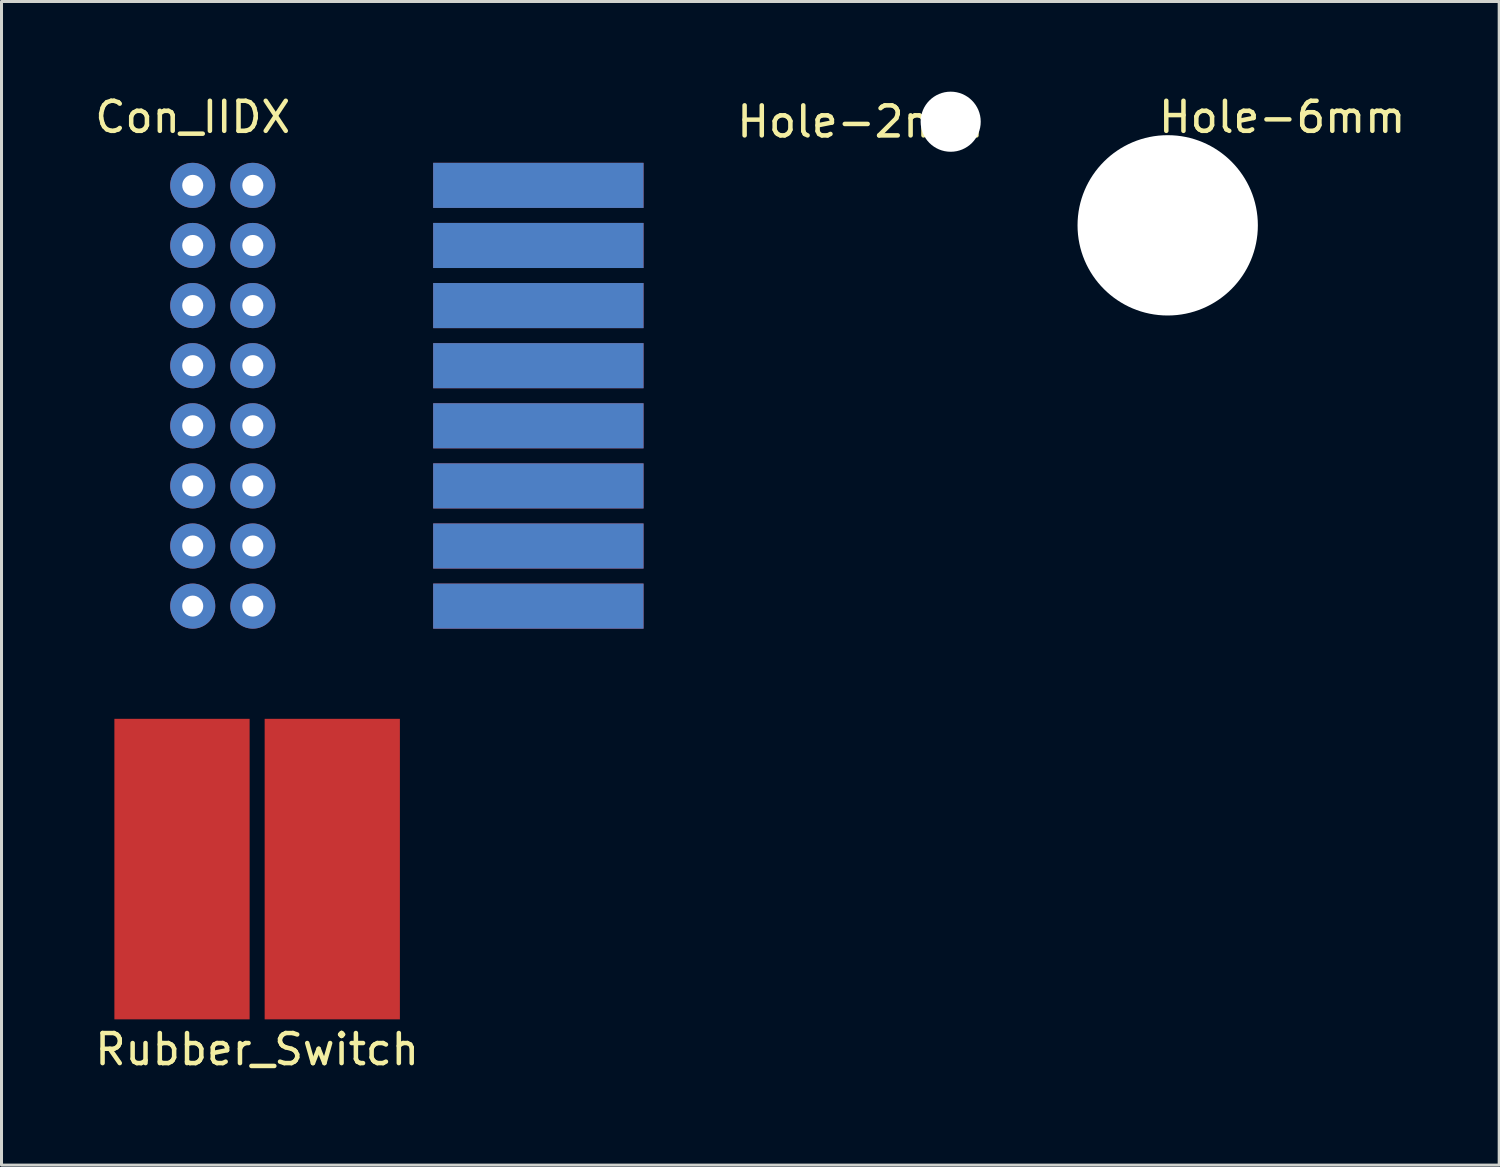
<source format=kicad_pcb>
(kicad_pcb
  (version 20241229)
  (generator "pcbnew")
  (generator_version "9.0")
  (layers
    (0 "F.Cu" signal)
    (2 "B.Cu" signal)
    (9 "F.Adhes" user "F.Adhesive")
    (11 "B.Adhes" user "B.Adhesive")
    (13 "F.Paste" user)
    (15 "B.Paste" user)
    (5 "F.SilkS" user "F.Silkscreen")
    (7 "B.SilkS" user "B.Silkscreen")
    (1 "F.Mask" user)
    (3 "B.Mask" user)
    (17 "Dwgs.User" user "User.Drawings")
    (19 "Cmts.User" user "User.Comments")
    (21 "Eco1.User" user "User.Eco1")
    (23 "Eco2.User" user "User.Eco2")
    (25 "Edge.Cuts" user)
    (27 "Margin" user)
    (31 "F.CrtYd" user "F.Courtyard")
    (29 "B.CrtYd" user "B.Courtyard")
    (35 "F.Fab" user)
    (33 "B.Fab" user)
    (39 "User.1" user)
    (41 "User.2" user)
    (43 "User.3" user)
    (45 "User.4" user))
  (footprint "Hole-2mm"
    (layer "F.Cu")
    (at 28.583 1)
    (property "Reference" "Hole-2mm" (at -3 0 0) (layer "F.SilkS") (effects (font (size 1 1) (thickness 0.15))))
    (attr through_hole)
    (pad "" np_thru_hole circle (at 0 0) (size 2 2) (drill 2) (layers "*.Cu" "*.Mask")))
  (footprint "Hole-6mm"
    (layer "F.Cu")
    (at 35.804 4.448)
    (property "Reference" "Hole-6mm" (at 3.81 -3.6 0) (layer "F.SilkS") (effects (font (size 1 1) (thickness 0.15))))
    (attr through_hole)
    (pad "" np_thru_hole circle (at 0 0) (size 6 6) (drill 6) (layers "*.Cu" "*.Mask")))
  (footprint "Rubber_Switch"
    (layer "F.Cu")
    (at 5.506 25.868)
    (property "Reference" "Rubber_Switch" (at 0 6 0) (layer "F.SilkS") (effects (font (size 1 1) (thickness 0.15))))
    (attr through_hole)
    (pad "1" smd rect (at -2.5 0) (size 4.5 10) (layers "F.Cu" "F.Mask" "F.Paste"))
    (pad "2" smd rect (at 2.5 0) (size 4.5 10) (layers "F.Cu" "F.Mask" "F.Paste")))
  (footprint "Con_IIDX"
    (layer "F.Cu")
    (at 3.363 2.118)
    (property "Reference" "Con_IIDX" (at 0 -1.27 0) (layer "F.SilkS") (effects (font (size 1 1) (thickness 0.15))))
    (attr through_hole)
    (pad "1" thru_hole circle (at 0 1) (size 1.5 1.5) (drill 0.7) (layers "*.Cu" "*.Mask"))
    (pad "1" smd rect (at 11.5 1) (size 7 1.5) (layers "F.Cu" "F.Mask" "F.Paste"))
    (pad "2" thru_hole circle (at 2 1) (size 1.5 1.5) (drill 0.7) (layers "*.Cu" "*.Mask"))
    (pad "2" smd rect (at 11.5 1) (size 7 1.5) (layers "B.Cu" "B.Mask" "B.Paste"))
    (pad "3" thru_hole circle (at 0 3) (size 1.5 1.5) (drill 0.7) (layers "*.Cu" "*.Mask"))
    (pad "3" smd rect (at 11.5 3) (size 7 1.5) (layers "F.Cu" "F.Mask" "F.Paste"))
    (pad "4" thru_hole circle (at 2 3) (size 1.5 1.5) (drill 0.7) (layers "*.Cu" "*.Mask"))
    (pad "4" smd rect (at 11.5 3) (size 7 1.5) (layers "B.Cu" "B.Mask" "B.Paste"))
    (pad "5" thru_hole circle (at 0 5) (size 1.5 1.5) (drill 0.7) (layers "*.Cu" "*.Mask"))
    (pad "5" smd rect (at 11.5 5) (size 7 1.5) (layers "F.Cu" "F.Mask" "F.Paste"))
    (pad "6" thru_hole circle (at 2 5) (size 1.5 1.5) (drill 0.7) (layers "*.Cu" "*.Mask"))
    (pad "6" smd rect (at 11.5 5) (size 7 1.5) (layers "B.Cu" "B.Mask" "B.Paste"))
    (pad "7" thru_hole circle (at 0 7) (size 1.5 1.5) (drill 0.7) (layers "*.Cu" "*.Mask"))
    (pad "7" smd rect (at 11.5 7) (size 7 1.5) (layers "F.Cu" "F.Mask" "F.Paste"))
    (pad "8" thru_hole circle (at 2 7) (size 1.5 1.5) (drill 0.7) (layers "*.Cu" "*.Mask"))
    (pad "8" smd rect (at 11.5 7) (size 7 1.5) (layers "B.Cu" "B.Mask" "B.Paste"))
    (pad "9" thru_hole circle (at 0 9) (size 1.5 1.5) (drill 0.7) (layers "*.Cu" "*.Mask"))
    (pad "9" smd rect (at 11.5 9) (size 7 1.5) (layers "F.Cu" "F.Mask" "F.Paste"))
    (pad "10" thru_hole circle (at 2 9) (size 1.5 1.5) (drill 0.7) (layers "*.Cu" "*.Mask"))
    (pad "10" smd rect (at 11.5 9) (size 7 1.5) (layers "B.Cu" "B.Mask" "B.Paste"))
    (pad "11" thru_hole circle (at 0 11) (size 1.5 1.5) (drill 0.7) (layers "*.Cu" "*.Mask"))
    (pad "11" smd rect (at 11.5 11) (size 7 1.5) (layers "F.Cu" "F.Mask" "F.Paste"))
    (pad "12" thru_hole circle (at 2 11) (size 1.5 1.5) (drill 0.7) (layers "*.Cu" "*.Mask"))
    (pad "12" smd rect (at 11.5 11) (size 7 1.5) (layers "B.Cu" "B.Mask" "B.Paste"))
    (pad "13" thru_hole circle (at 0 13) (size 1.5 1.5) (drill 0.7) (layers "*.Cu" "*.Mask"))
    (pad "13" smd rect (at 11.5 13) (size 7 1.5) (layers "F.Cu" "F.Mask" "F.Paste"))
    (pad "14" thru_hole circle (at 2 13) (size 1.5 1.5) (drill 0.7) (layers "*.Cu" "*.Mask"))
    (pad "14" smd rect (at 11.5 13) (size 7 1.5) (layers "B.Cu" "B.Mask" "B.Paste"))
    (pad "15" thru_hole circle (at 0 15) (size 1.5 1.5) (drill 0.7) (layers "*.Cu" "*.Mask"))
    (pad "15" smd rect (at 11.5 15) (size 7 1.5) (layers "F.Cu" "F.Mask" "F.Paste"))
    (pad "16" thru_hole circle (at 2 15) (size 1.5 1.5) (drill 0.7) (layers "*.Cu" "*.Mask"))
    (pad "16" smd rect (at 11.5 15) (size 7 1.5) (layers "B.Cu" "B.Mask" "B.Paste")))
  (gr_rect
    (start -3 -3)
    (end 46.834 35.717)
    (stroke (width 0.1) (type default))
    (fill no)
    (layer "Edge.Cuts")))
</source>
